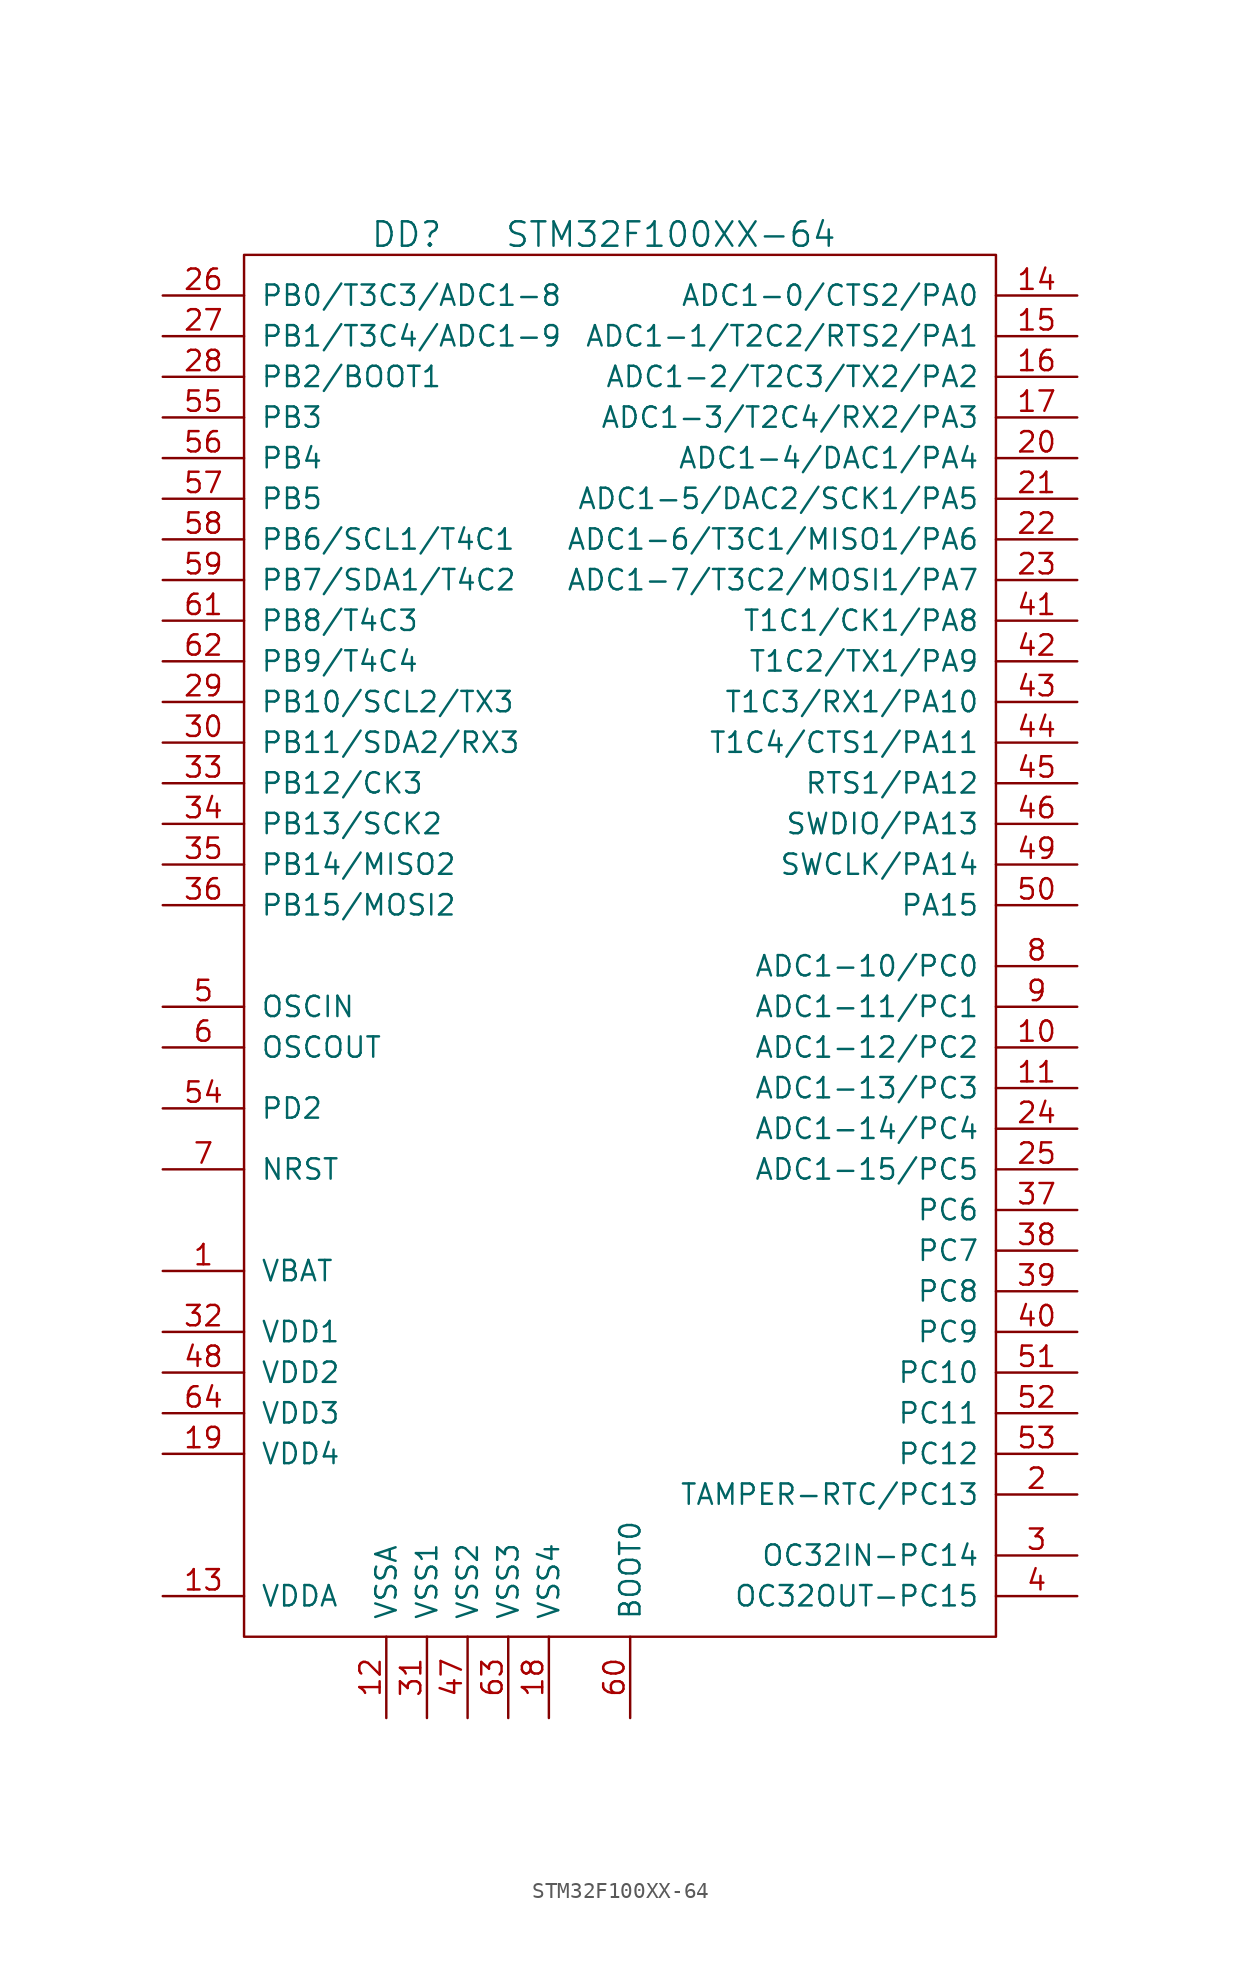
<source format=kicad_sym>
(kicad_symbol_lib
  (version 20201005)
  (generator kicad_symbol_editor)
  (symbol "st_kl:STM32F100XX-64"
    (pin_names
      (offset 1.016))
    (property "Reference" "DD"
      (at -11.43 39.37 0)
      (effects (font (size 1.524 1.524))))
    (property "Value" "STM32F100XX-64"
      (at 5.08 39.37 0)
      (effects (font (size 1.524 1.524))))
    (property "Footprint" ""
      (at 0 0 0)
      (effects (font (size 1.524 1.524))))
    (property "Datasheet" ""
      (at 0 0 0)
      (effects (font (size 1.524 1.524))))
    (symbol "STM32F100XX-64_0_1"
      (rectangle (start -21.59 38.1) (end 25.4 -48.26) (stroke (width 0)) (fill (type none))))
    (symbol "STM32F100XX-64_1_1"
      (pin power_in line (at -26.67 -25.4 0) (length 5.08) (name "VBAT" (effects (font (size 1.27 1.27)))) (number "1" (effects (font (size 1.27 1.27)))))
      (pin passive line (at 30.48 -11.43 180) (length 5.08) (name "ADC1-12/PC2" (effects (font (size 1.27 1.27)))) (number "10" (effects (font (size 1.27 1.27)))))
      (pin passive line (at 30.48 -13.97 180) (length 5.08) (name "ADC1-13/PC3" (effects (font (size 1.27 1.27)))) (number "11" (effects (font (size 1.27 1.27)))))
      (pin power_in line (at -12.7 -53.34 90) (length 5.08) (name "VSSA" (effects (font (size 1.27 1.27)))) (number "12" (effects (font (size 1.27 1.27)))))
      (pin power_in line (at -26.67 -45.72 0) (length 5.08) (name "VDDA" (effects (font (size 1.27 1.27)))) (number "13" (effects (font (size 1.27 1.27)))))
      (pin passive line (at 30.48 35.56 180) (length 5.08) (name "ADC1-0/CTS2/PA0" (effects (font (size 1.27 1.27)))) (number "14" (effects (font (size 1.27 1.27)))))
      (pin passive line (at 30.48 33.02 180) (length 5.08) (name "ADC1-1/T2C2/RTS2/PA1" (effects (font (size 1.27 1.27)))) (number "15" (effects (font (size 1.27 1.27)))))
      (pin passive line (at 30.48 30.48 180) (length 5.08) (name "ADC1-2/T2C3/TX2/PA2" (effects (font (size 1.27 1.27)))) (number "16" (effects (font (size 1.27 1.27)))))
      (pin passive line (at 30.48 27.94 180) (length 5.08) (name "ADC1-3/T2C4/RX2/PA3" (effects (font (size 1.27 1.27)))) (number "17" (effects (font (size 1.27 1.27)))))
      (pin power_in line (at -2.54 -53.34 90) (length 5.08) (name "VSS4" (effects (font (size 1.27 1.27)))) (number "18" (effects (font (size 1.27 1.27)))))
      (pin power_in line (at -26.67 -36.83 0) (length 5.08) (name "VDD4" (effects (font (size 1.27 1.27)))) (number "19" (effects (font (size 1.27 1.27)))))
      (pin passive line (at 30.48 -39.37 180) (length 5.08) (name "TAMPER-RTC/PC13" (effects (font (size 1.27 1.27)))) (number "2" (effects (font (size 1.27 1.27)))))
      (pin passive line (at 30.48 25.4 180) (length 5.08) (name "ADC1-4/DAC1/PA4" (effects (font (size 1.27 1.27)))) (number "20" (effects (font (size 1.27 1.27)))))
      (pin passive line (at 30.48 22.86 180) (length 5.08) (name "ADC1-5/DAC2/SCK1/PA5" (effects (font (size 1.27 1.27)))) (number "21" (effects (font (size 1.27 1.27)))))
      (pin passive line (at 30.48 20.32 180) (length 5.08) (name "ADC1-6/T3C1/MISO1/PA6" (effects (font (size 1.27 1.27)))) (number "22" (effects (font (size 1.27 1.27)))))
      (pin passive line (at 30.48 17.78 180) (length 5.08) (name "ADC1-7/T3C2/MOSI1/PA7" (effects (font (size 1.27 1.27)))) (number "23" (effects (font (size 1.27 1.27)))))
      (pin passive line (at 30.48 -16.51 180) (length 5.08) (name "ADC1-14/PC4" (effects (font (size 1.27 1.27)))) (number "24" (effects (font (size 1.27 1.27)))))
      (pin passive line (at 30.48 -19.05 180) (length 5.08) (name "ADC1-15/PC5" (effects (font (size 1.27 1.27)))) (number "25" (effects (font (size 1.27 1.27)))))
      (pin passive line (at -26.67 35.56 0) (length 5.08) (name "PB0/T3C3/ADC1-8" (effects (font (size 1.27 1.27)))) (number "26" (effects (font (size 1.27 1.27)))))
      (pin passive line (at -26.67 33.02 0) (length 5.08) (name "PB1/T3C4/ADC1-9" (effects (font (size 1.27 1.27)))) (number "27" (effects (font (size 1.27 1.27)))))
      (pin passive line (at -26.67 30.48 0) (length 5.08) (name "PB2/BOOT1" (effects (font (size 1.27 1.27)))) (number "28" (effects (font (size 1.27 1.27)))))
      (pin passive line (at -26.67 10.16 0) (length 5.08) (name "PB10/SCL2/TX3" (effects (font (size 1.27 1.27)))) (number "29" (effects (font (size 1.27 1.27)))))
      (pin passive line (at 30.48 -43.18 180) (length 5.08) (name "OC32IN-PC14" (effects (font (size 1.27 1.27)))) (number "3" (effects (font (size 1.27 1.27)))))
      (pin passive line (at -26.67 7.62 0) (length 5.08) (name "PB11/SDA2/RX3" (effects (font (size 1.27 1.27)))) (number "30" (effects (font (size 1.27 1.27)))))
      (pin power_in line (at -10.16 -53.34 90) (length 5.08) (name "VSS1" (effects (font (size 1.27 1.27)))) (number "31" (effects (font (size 1.27 1.27)))))
      (pin power_in line (at -26.67 -29.21 0) (length 5.08) (name "VDD1" (effects (font (size 1.27 1.27)))) (number "32" (effects (font (size 1.27 1.27)))))
      (pin passive line (at -26.67 5.08 0) (length 5.08) (name "PB12/CK3" (effects (font (size 1.27 1.27)))) (number "33" (effects (font (size 1.27 1.27)))))
      (pin passive line (at -26.67 2.54 0) (length 5.08) (name "PB13/SCK2" (effects (font (size 1.27 1.27)))) (number "34" (effects (font (size 1.27 1.27)))))
      (pin passive line (at -26.67 0 0) (length 5.08) (name "PB14/MISO2" (effects (font (size 1.27 1.27)))) (number "35" (effects (font (size 1.27 1.27)))))
      (pin passive line (at -26.67 -2.54 0) (length 5.08) (name "PB15/MOSI2" (effects (font (size 1.27 1.27)))) (number "36" (effects (font (size 1.27 1.27)))))
      (pin passive line (at 30.48 -21.59 180) (length 5.08) (name "PC6" (effects (font (size 1.27 1.27)))) (number "37" (effects (font (size 1.27 1.27)))))
      (pin passive line (at 30.48 -24.13 180) (length 5.08) (name "PC7" (effects (font (size 1.27 1.27)))) (number "38" (effects (font (size 1.27 1.27)))))
      (pin passive line (at 30.48 -26.67 180) (length 5.08) (name "PC8" (effects (font (size 1.27 1.27)))) (number "39" (effects (font (size 1.27 1.27)))))
      (pin passive line (at 30.48 -45.72 180) (length 5.08) (name "OC32OUT-PC15" (effects (font (size 1.27 1.27)))) (number "4" (effects (font (size 1.27 1.27)))))
      (pin passive line (at 30.48 -29.21 180) (length 5.08) (name "PC9" (effects (font (size 1.27 1.27)))) (number "40" (effects (font (size 1.27 1.27)))))
      (pin passive line (at 30.48 15.24 180) (length 5.08) (name "T1C1/CK1/PA8" (effects (font (size 1.27 1.27)))) (number "41" (effects (font (size 1.27 1.27)))))
      (pin passive line (at 30.48 12.7 180) (length 5.08) (name "T1C2/TX1/PA9" (effects (font (size 1.27 1.27)))) (number "42" (effects (font (size 1.27 1.27)))))
      (pin passive line (at 30.48 10.16 180) (length 5.08) (name "T1C3/RX1/PA10" (effects (font (size 1.27 1.27)))) (number "43" (effects (font (size 1.27 1.27)))))
      (pin passive line (at 30.48 7.62 180) (length 5.08) (name "T1C4/CTS1/PA11" (effects (font (size 1.27 1.27)))) (number "44" (effects (font (size 1.27 1.27)))))
      (pin passive line (at 30.48 5.08 180) (length 5.08) (name "RTS1/PA12" (effects (font (size 1.27 1.27)))) (number "45" (effects (font (size 1.27 1.27)))))
      (pin passive line (at 30.48 2.54 180) (length 5.08) (name "SWDIO/PA13" (effects (font (size 1.27 1.27)))) (number "46" (effects (font (size 1.27 1.27)))))
      (pin power_in line (at -7.62 -53.34 90) (length 5.08) (name "VSS2" (effects (font (size 1.27 1.27)))) (number "47" (effects (font (size 1.27 1.27)))))
      (pin power_in line (at -26.67 -31.75 0) (length 5.08) (name "VDD2" (effects (font (size 1.27 1.27)))) (number "48" (effects (font (size 1.27 1.27)))))
      (pin passive line (at 30.48 0 180) (length 5.08) (name "SWCLK/PA14" (effects (font (size 1.27 1.27)))) (number "49" (effects (font (size 1.27 1.27)))))
      (pin passive line (at -26.67 -8.89 0) (length 5.08) (name "OSCIN" (effects (font (size 1.27 1.27)))) (number "5" (effects (font (size 1.27 1.27)))))
      (pin passive line (at 30.48 -2.54 180) (length 5.08) (name "PA15" (effects (font (size 1.27 1.27)))) (number "50" (effects (font (size 1.27 1.27)))))
      (pin passive line (at 30.48 -31.75 180) (length 5.08) (name "PC10" (effects (font (size 1.27 1.27)))) (number "51" (effects (font (size 1.27 1.27)))))
      (pin passive line (at 30.48 -34.29 180) (length 5.08) (name "PC11" (effects (font (size 1.27 1.27)))) (number "52" (effects (font (size 1.27 1.27)))))
      (pin passive line (at 30.48 -36.83 180) (length 5.08) (name "PC12" (effects (font (size 1.27 1.27)))) (number "53" (effects (font (size 1.27 1.27)))))
      (pin passive line (at -26.67 -15.24 0) (length 5.08) (name "PD2" (effects (font (size 1.27 1.27)))) (number "54" (effects (font (size 1.27 1.27)))))
      (pin passive line (at -26.67 27.94 0) (length 5.08) (name "PB3" (effects (font (size 1.27 1.27)))) (number "55" (effects (font (size 1.27 1.27)))))
      (pin passive line (at -26.67 25.4 0) (length 5.08) (name "PB4" (effects (font (size 1.27 1.27)))) (number "56" (effects (font (size 1.27 1.27)))))
      (pin passive line (at -26.67 22.86 0) (length 5.08) (name "PB5" (effects (font (size 1.27 1.27)))) (number "57" (effects (font (size 1.27 1.27)))))
      (pin passive line (at -26.67 20.32 0) (length 5.08) (name "PB6/SCL1/T4C1" (effects (font (size 1.27 1.27)))) (number "58" (effects (font (size 1.27 1.27)))))
      (pin passive line (at -26.67 17.78 0) (length 5.08) (name "PB7/SDA1/T4C2" (effects (font (size 1.27 1.27)))) (number "59" (effects (font (size 1.27 1.27)))))
      (pin passive line (at -26.67 -11.43 0) (length 5.08) (name "OSCOUT" (effects (font (size 1.27 1.27)))) (number "6" (effects (font (size 1.27 1.27)))))
      (pin passive line (at 2.54 -53.34 90) (length 5.08) (name "BOOT0" (effects (font (size 1.27 1.27)))) (number "60" (effects (font (size 1.27 1.27)))))
      (pin passive line (at -26.67 15.24 0) (length 5.08) (name "PB8/T4C3" (effects (font (size 1.27 1.27)))) (number "61" (effects (font (size 1.27 1.27)))))
      (pin passive line (at -26.67 12.7 0) (length 5.08) (name "PB9/T4C4" (effects (font (size 1.27 1.27)))) (number "62" (effects (font (size 1.27 1.27)))))
      (pin power_in line (at -5.08 -53.34 90) (length 5.08) (name "VSS3" (effects (font (size 1.27 1.27)))) (number "63" (effects (font (size 1.27 1.27)))))
      (pin power_in line (at -26.67 -34.29 0) (length 5.08) (name "VDD3" (effects (font (size 1.27 1.27)))) (number "64" (effects (font (size 1.27 1.27)))))
      (pin passive line (at -26.67 -19.05 0) (length 5.08) (name "NRST" (effects (font (size 1.27 1.27)))) (number "7" (effects (font (size 1.27 1.27)))))
      (pin passive line (at 30.48 -6.35 180) (length 5.08) (name "ADC1-10/PC0" (effects (font (size 1.27 1.27)))) (number "8" (effects (font (size 1.27 1.27)))))
      (pin passive line (at 30.48 -8.89 180) (length 5.08) (name "ADC1-11/PC1" (effects (font (size 1.27 1.27)))) (number "9" (effects (font (size 1.27 1.27))))))))
</source>
